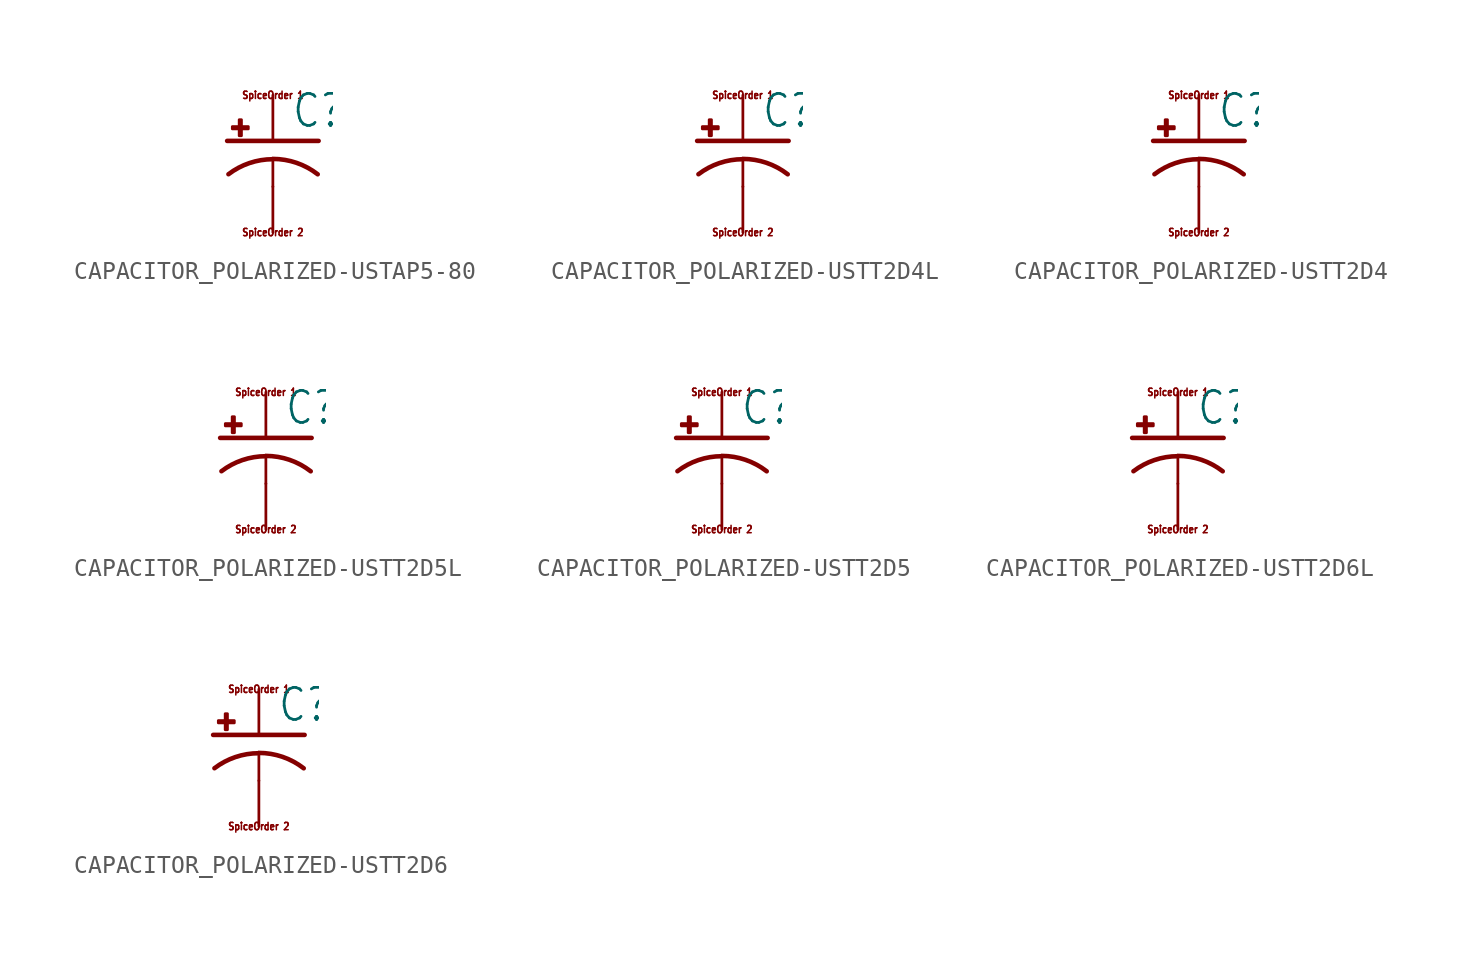
<source format=kicad_sym>
(kicad_symbol_lib
  (version 20231120)
  (generator "kicad_symbol_editor")
  (generator_version "8.0")
  (symbol "CAPACITOR_POLARIZED-USTAP5-80"
    (property "Reference" "C"
      (at 1.016 0.635 0)
      (effects (font (size 1.778 1.511)) (justify left bottom)))
    (property "Value" ""
      (at 1.016 -4.191 0)
      (effects (font (size 1.778 1.511)) (justify left bottom)))
    (property "ki_locked" ""
      (at 0 0 0)
      (effects (font (size 1.27 1.27))))
    (symbol "CAPACITOR_POLARIZED-USTAP5-80_1_0"
      (rectangle (start -2.253 0.668) (end -1.364 0.795) (stroke (width 0) (type default)) (fill (type outline)))
      (rectangle (start -1.872 0.287) (end -1.745 1.176) (stroke (width 0) (type default)) (fill (type outline)))
      (arc (start 0 -1.0161) (mid -1.3021 -1.2303) (end -2.4669 -1.8504) (stroke (width 0.254) (type solid)) (fill (type none)))
      (polyline (pts (xy -2.54 0) (xy 2.54 0)) (stroke (width 0.254) (type solid)) (fill (type none)))
      (polyline (pts (xy 0 -1.016) (xy 0 -2.54)) (stroke (width 0.152) (type solid)) (fill (type none)))
      (arc (start 2.4892 -1.8541) (mid 1.3158 -1.2194) (end 0 -1) (stroke (width 0.254) (type solid)) (fill (type none)))
      (text "SpiceOrder 1" (at 0 2.54 0) (effects (font (size 0.406 0.345))))
      (text "SpiceOrder 2" (at 0 -5.08 0) (effects (font (size 0.406 0.345))))
      (pin passive line (at 0 2.54 270) (length 2.54) (name "+" (effects (font (size 0 0)))) (number "+" (effects (font (size 0 0)))))
      (pin passive line (at 0 -5.08 90) (length 2.54) (name "-" (effects (font (size 0 0)))) (number "-" (effects (font (size 0 0)))))))
  (symbol "CAPACITOR_POLARIZED-USTT2D4L"
    (property "Reference" "C"
      (at 1.016 0.635 0)
      (effects (font (size 1.778 1.511)) (justify left bottom)))
    (property "Value" ""
      (at 1.016 -4.191 0)
      (effects (font (size 1.778 1.511)) (justify left bottom)))
    (property "ki_locked" ""
      (at 0 0 0)
      (effects (font (size 1.27 1.27))))
    (symbol "CAPACITOR_POLARIZED-USTT2D4L_1_0"
      (rectangle (start -2.253 0.668) (end -1.364 0.795) (stroke (width 0) (type default)) (fill (type outline)))
      (rectangle (start -1.872 0.287) (end -1.745 1.176) (stroke (width 0) (type default)) (fill (type outline)))
      (arc (start 0 -1.0161) (mid -1.3021 -1.2303) (end -2.4669 -1.8504) (stroke (width 0.254) (type solid)) (fill (type none)))
      (polyline (pts (xy -2.54 0) (xy 2.54 0)) (stroke (width 0.254) (type solid)) (fill (type none)))
      (polyline (pts (xy 0 -1.016) (xy 0 -2.54)) (stroke (width 0.152) (type solid)) (fill (type none)))
      (arc (start 2.4892 -1.8541) (mid 1.3158 -1.2194) (end 0 -1) (stroke (width 0.254) (type solid)) (fill (type none)))
      (text "SpiceOrder 1" (at 0 2.54 0) (effects (font (size 0.406 0.345))))
      (text "SpiceOrder 2" (at 0 -5.08 0) (effects (font (size 0.406 0.345))))
      (pin passive line (at 0 2.54 270) (length 2.54) (name "+" (effects (font (size 0 0)))) (number "+" (effects (font (size 0 0)))))
      (pin passive line (at 0 -5.08 90) (length 2.54) (name "-" (effects (font (size 0 0)))) (number "-" (effects (font (size 0 0)))))))
  (symbol "CAPACITOR_POLARIZED-USTT2D4"
    (property "Reference" "C"
      (at 1.016 0.635 0)
      (effects (font (size 1.778 1.511)) (justify left bottom)))
    (property "Value" ""
      (at 1.016 -4.191 0)
      (effects (font (size 1.778 1.511)) (justify left bottom)))
    (property "ki_locked" ""
      (at 0 0 0)
      (effects (font (size 1.27 1.27))))
    (symbol "CAPACITOR_POLARIZED-USTT2D4_1_0"
      (rectangle (start -2.253 0.668) (end -1.364 0.795) (stroke (width 0) (type default)) (fill (type outline)))
      (rectangle (start -1.872 0.287) (end -1.745 1.176) (stroke (width 0) (type default)) (fill (type outline)))
      (arc (start 0 -1.0161) (mid -1.3021 -1.2303) (end -2.4669 -1.8504) (stroke (width 0.254) (type solid)) (fill (type none)))
      (polyline (pts (xy -2.54 0) (xy 2.54 0)) (stroke (width 0.254) (type solid)) (fill (type none)))
      (polyline (pts (xy 0 -1.016) (xy 0 -2.54)) (stroke (width 0.152) (type solid)) (fill (type none)))
      (arc (start 2.4892 -1.8541) (mid 1.3158 -1.2194) (end 0 -1) (stroke (width 0.254) (type solid)) (fill (type none)))
      (text "SpiceOrder 1" (at 0 2.54 0) (effects (font (size 0.406 0.345))))
      (text "SpiceOrder 2" (at 0 -5.08 0) (effects (font (size 0.406 0.345))))
      (pin passive line (at 0 2.54 270) (length 2.54) (name "+" (effects (font (size 0 0)))) (number "+" (effects (font (size 0 0)))))
      (pin passive line (at 0 -5.08 90) (length 2.54) (name "-" (effects (font (size 0 0)))) (number "-" (effects (font (size 0 0)))))))
  (symbol "CAPACITOR_POLARIZED-USTT2D5L"
    (property "Reference" "C"
      (at 1.016 0.635 0)
      (effects (font (size 1.778 1.511)) (justify left bottom)))
    (property "Value" ""
      (at 1.016 -4.191 0)
      (effects (font (size 1.778 1.511)) (justify left bottom)))
    (property "ki_locked" ""
      (at 0 0 0)
      (effects (font (size 1.27 1.27))))
    (symbol "CAPACITOR_POLARIZED-USTT2D5L_1_0"
      (rectangle (start -2.253 0.668) (end -1.364 0.795) (stroke (width 0) (type default)) (fill (type outline)))
      (rectangle (start -1.872 0.287) (end -1.745 1.176) (stroke (width 0) (type default)) (fill (type outline)))
      (arc (start 0 -1.0161) (mid -1.3021 -1.2303) (end -2.4669 -1.8504) (stroke (width 0.254) (type solid)) (fill (type none)))
      (polyline (pts (xy -2.54 0) (xy 2.54 0)) (stroke (width 0.254) (type solid)) (fill (type none)))
      (polyline (pts (xy 0 -1.016) (xy 0 -2.54)) (stroke (width 0.152) (type solid)) (fill (type none)))
      (arc (start 2.4892 -1.8541) (mid 1.3158 -1.2194) (end 0 -1) (stroke (width 0.254) (type solid)) (fill (type none)))
      (text "SpiceOrder 1" (at 0 2.54 0) (effects (font (size 0.406 0.345))))
      (text "SpiceOrder 2" (at 0 -5.08 0) (effects (font (size 0.406 0.345))))
      (pin passive line (at 0 2.54 270) (length 2.54) (name "+" (effects (font (size 0 0)))) (number "+" (effects (font (size 0 0)))))
      (pin passive line (at 0 -5.08 90) (length 2.54) (name "-" (effects (font (size 0 0)))) (number "-" (effects (font (size 0 0)))))))
  (symbol "CAPACITOR_POLARIZED-USTT2D5"
    (property "Reference" "C"
      (at 1.016 0.635 0)
      (effects (font (size 1.778 1.511)) (justify left bottom)))
    (property "Value" ""
      (at 1.016 -4.191 0)
      (effects (font (size 1.778 1.511)) (justify left bottom)))
    (property "ki_locked" ""
      (at 0 0 0)
      (effects (font (size 1.27 1.27))))
    (symbol "CAPACITOR_POLARIZED-USTT2D5_1_0"
      (rectangle (start -2.253 0.668) (end -1.364 0.795) (stroke (width 0) (type default)) (fill (type outline)))
      (rectangle (start -1.872 0.287) (end -1.745 1.176) (stroke (width 0) (type default)) (fill (type outline)))
      (arc (start 0 -1.0161) (mid -1.3021 -1.2303) (end -2.4669 -1.8504) (stroke (width 0.254) (type solid)) (fill (type none)))
      (polyline (pts (xy -2.54 0) (xy 2.54 0)) (stroke (width 0.254) (type solid)) (fill (type none)))
      (polyline (pts (xy 0 -1.016) (xy 0 -2.54)) (stroke (width 0.152) (type solid)) (fill (type none)))
      (arc (start 2.4892 -1.8541) (mid 1.3158 -1.2194) (end 0 -1) (stroke (width 0.254) (type solid)) (fill (type none)))
      (text "SpiceOrder 1" (at 0 2.54 0) (effects (font (size 0.406 0.345))))
      (text "SpiceOrder 2" (at 0 -5.08 0) (effects (font (size 0.406 0.345))))
      (pin passive line (at 0 2.54 270) (length 2.54) (name "+" (effects (font (size 0 0)))) (number "+" (effects (font (size 0 0)))))
      (pin passive line (at 0 -5.08 90) (length 2.54) (name "-" (effects (font (size 0 0)))) (number "-" (effects (font (size 0 0)))))))
  (symbol "CAPACITOR_POLARIZED-USTT2D6L"
    (property "Reference" "C"
      (at 1.016 0.635 0)
      (effects (font (size 1.778 1.511)) (justify left bottom)))
    (property "Value" ""
      (at 1.016 -4.191 0)
      (effects (font (size 1.778 1.511)) (justify left bottom)))
    (property "ki_locked" ""
      (at 0 0 0)
      (effects (font (size 1.27 1.27))))
    (symbol "CAPACITOR_POLARIZED-USTT2D6L_1_0"
      (rectangle (start -2.253 0.668) (end -1.364 0.795) (stroke (width 0) (type default)) (fill (type outline)))
      (rectangle (start -1.872 0.287) (end -1.745 1.176) (stroke (width 0) (type default)) (fill (type outline)))
      (arc (start 0 -1.0161) (mid -1.3021 -1.2303) (end -2.4669 -1.8504) (stroke (width 0.254) (type solid)) (fill (type none)))
      (polyline (pts (xy -2.54 0) (xy 2.54 0)) (stroke (width 0.254) (type solid)) (fill (type none)))
      (polyline (pts (xy 0 -1.016) (xy 0 -2.54)) (stroke (width 0.152) (type solid)) (fill (type none)))
      (arc (start 2.4892 -1.8541) (mid 1.3158 -1.2194) (end 0 -1) (stroke (width 0.254) (type solid)) (fill (type none)))
      (text "SpiceOrder 1" (at 0 2.54 0) (effects (font (size 0.406 0.345))))
      (text "SpiceOrder 2" (at 0 -5.08 0) (effects (font (size 0.406 0.345))))
      (pin passive line (at 0 2.54 270) (length 2.54) (name "+" (effects (font (size 0 0)))) (number "+" (effects (font (size 0 0)))))
      (pin passive line (at 0 -5.08 90) (length 2.54) (name "-" (effects (font (size 0 0)))) (number "-" (effects (font (size 0 0)))))))
  (symbol "CAPACITOR_POLARIZED-USTT2D6"
    (property "Reference" "C"
      (at 1.016 0.635 0)
      (effects (font (size 1.778 1.511)) (justify left bottom)))
    (property "Value" ""
      (at 1.016 -4.191 0)
      (effects (font (size 1.778 1.511)) (justify left bottom)))
    (property "ki_locked" ""
      (at 0 0 0)
      (effects (font (size 1.27 1.27))))
    (symbol "CAPACITOR_POLARIZED-USTT2D6_1_0"
      (rectangle (start -2.253 0.668) (end -1.364 0.795) (stroke (width 0) (type default)) (fill (type outline)))
      (rectangle (start -1.872 0.287) (end -1.745 1.176) (stroke (width 0) (type default)) (fill (type outline)))
      (arc (start 0 -1.0161) (mid -1.3021 -1.2303) (end -2.4669 -1.8504) (stroke (width 0.254) (type solid)) (fill (type none)))
      (polyline (pts (xy -2.54 0) (xy 2.54 0)) (stroke (width 0.254) (type solid)) (fill (type none)))
      (polyline (pts (xy 0 -1.016) (xy 0 -2.54)) (stroke (width 0.152) (type solid)) (fill (type none)))
      (arc (start 2.4892 -1.8541) (mid 1.3158 -1.2194) (end 0 -1) (stroke (width 0.254) (type solid)) (fill (type none)))
      (text "SpiceOrder 1" (at 0 2.54 0) (effects (font (size 0.406 0.345))))
      (text "SpiceOrder 2" (at 0 -5.08 0) (effects (font (size 0.406 0.345))))
      (pin passive line (at 0 2.54 270) (length 2.54) (name "+" (effects (font (size 0 0)))) (number "+" (effects (font (size 0 0)))))
      (pin passive line (at 0 -5.08 90) (length 2.54) (name "-" (effects (font (size 0 0)))) (number "-" (effects (font (size 0 0))))))))
</source>
